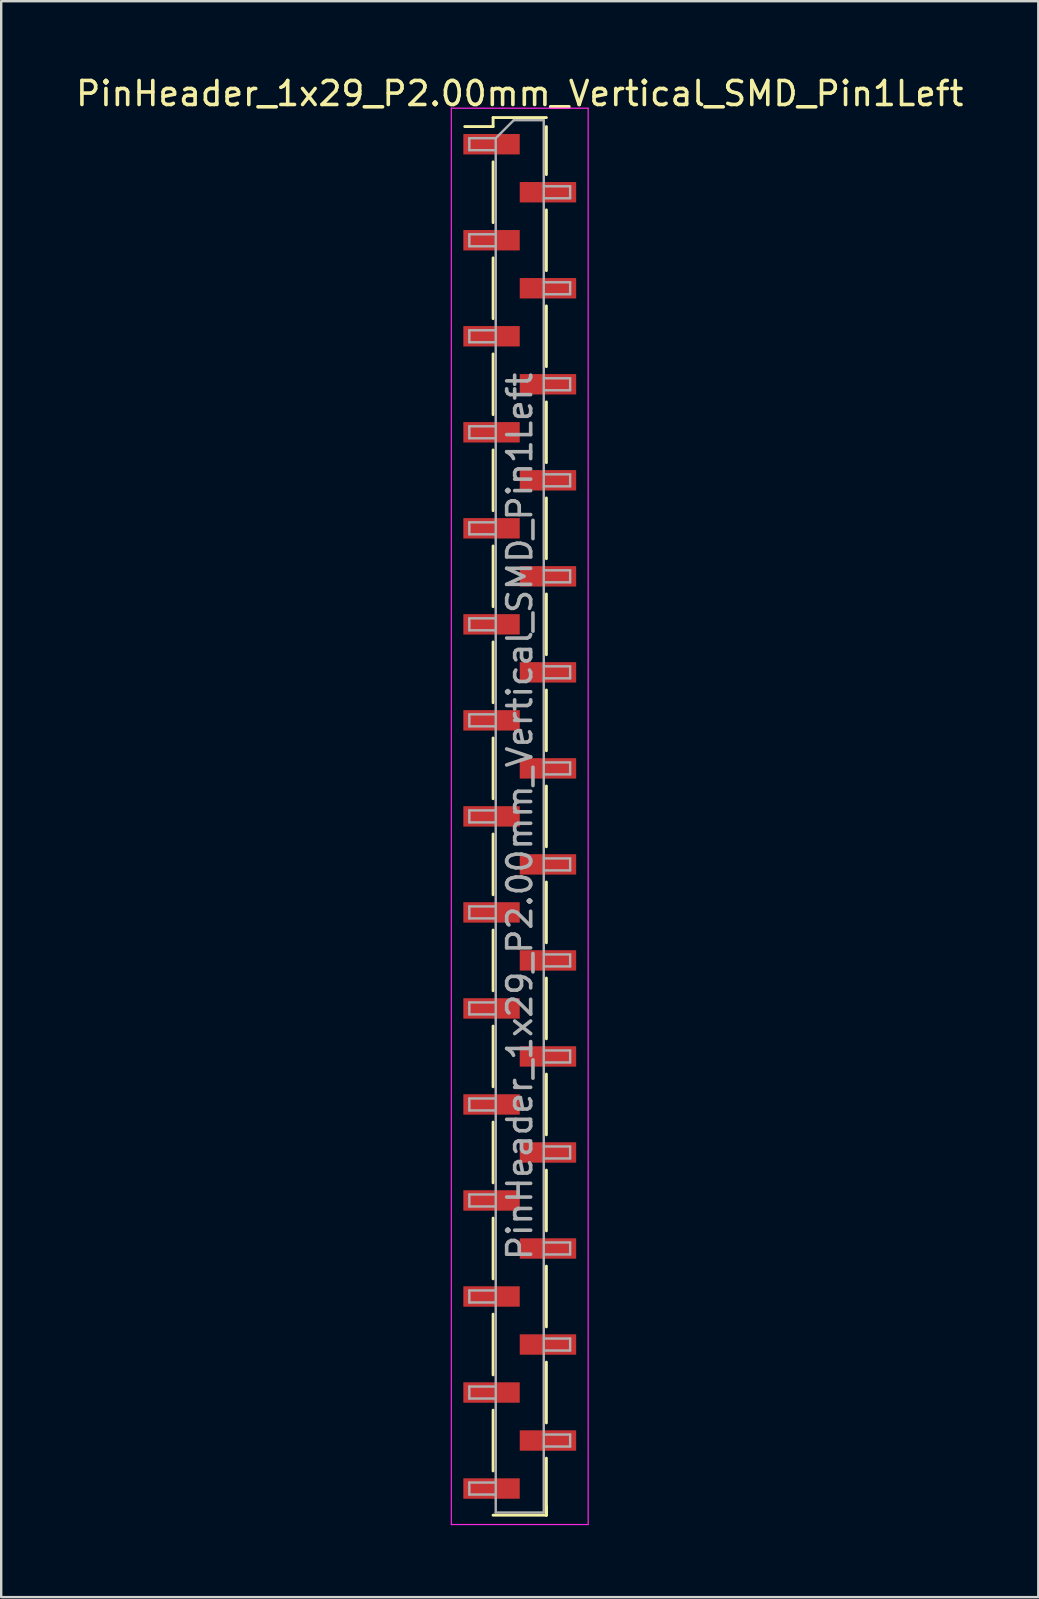
<source format=kicad_pcb>
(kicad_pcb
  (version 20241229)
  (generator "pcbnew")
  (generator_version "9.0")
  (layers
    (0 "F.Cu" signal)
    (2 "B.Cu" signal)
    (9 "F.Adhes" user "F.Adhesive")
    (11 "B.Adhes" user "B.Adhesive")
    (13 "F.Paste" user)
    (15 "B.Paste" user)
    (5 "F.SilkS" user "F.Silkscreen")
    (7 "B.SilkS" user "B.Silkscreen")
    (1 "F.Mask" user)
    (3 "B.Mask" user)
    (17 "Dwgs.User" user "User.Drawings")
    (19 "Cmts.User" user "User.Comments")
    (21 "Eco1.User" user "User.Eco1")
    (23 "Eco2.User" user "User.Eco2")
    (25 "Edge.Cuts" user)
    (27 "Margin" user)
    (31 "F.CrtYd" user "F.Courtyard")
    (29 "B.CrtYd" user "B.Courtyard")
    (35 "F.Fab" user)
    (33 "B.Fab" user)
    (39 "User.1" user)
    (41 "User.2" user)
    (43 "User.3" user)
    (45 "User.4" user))
  (footprint "PinHeader_1x29_P2.00mm_Vertical_SMD_Pin1Left"
    (layer "F.Cu")
    (at 18.601 30.958)
    (property "Reference" "PinHeader_1x29_P2.00mm_Vertical_SMD_Pin1Left" (at 0 -30.11 0) (layer "F.SilkS") (effects (font (size 1 1) (thickness 0.15))))
    (attr smd)
    (fp_line (start -1.11 -29.11) (end -1.11 -28.735) (stroke (width 0.12) (type solid)) (layer "F.SilkS"))
    (fp_line (start -1.11 -29.11) (end 1.11 -29.11) (stroke (width 0.12) (type solid)) (layer "F.SilkS"))
    (fp_line (start -1.11 -28.735) (end -2.29 -28.735) (stroke (width 0.12) (type solid)) (layer "F.SilkS"))
    (fp_line (start -1.11 -27.265) (end -1.11 -24.735) (stroke (width 0.12) (type solid)) (layer "F.SilkS"))
    (fp_line (start -1.11 -23.265) (end -1.11 -20.735) (stroke (width 0.12) (type solid)) (layer "F.SilkS"))
    (fp_line (start -1.11 -19.265) (end -1.11 -16.735) (stroke (width 0.12) (type solid)) (layer "F.SilkS"))
    (fp_line (start -1.11 -15.265) (end -1.11 -12.735) (stroke (width 0.12) (type solid)) (layer "F.SilkS"))
    (fp_line (start -1.11 -11.265) (end -1.11 -8.735) (stroke (width 0.12) (type solid)) (layer "F.SilkS"))
    (fp_line (start -1.11 -7.265) (end -1.11 -4.735) (stroke (width 0.12) (type solid)) (layer "F.SilkS"))
    (fp_line (start -1.11 -3.265) (end -1.11 -0.735) (stroke (width 0.12) (type solid)) (layer "F.SilkS"))
    (fp_line (start -1.11 0.735) (end -1.11 3.265) (stroke (width 0.12) (type solid)) (layer "F.SilkS"))
    (fp_line (start -1.11 4.735) (end -1.11 7.265) (stroke (width 0.12) (type solid)) (layer "F.SilkS"))
    (fp_line (start -1.11 8.735) (end -1.11 11.265) (stroke (width 0.12) (type solid)) (layer "F.SilkS"))
    (fp_line (start -1.11 12.735) (end -1.11 15.265) (stroke (width 0.12) (type solid)) (layer "F.SilkS"))
    (fp_line (start -1.11 16.735) (end -1.11 19.265) (stroke (width 0.12) (type solid)) (layer "F.SilkS"))
    (fp_line (start -1.11 20.735) (end -1.11 23.265) (stroke (width 0.12) (type solid)) (layer "F.SilkS"))
    (fp_line (start -1.11 24.735) (end -1.11 27.265) (stroke (width 0.12) (type solid)) (layer "F.SilkS"))
    (fp_line (start -1.11 29.11) (end 1.11 29.11) (stroke (width 0.12) (type solid)) (layer "F.SilkS"))
    (fp_line (start 1.11 -28.735) (end 1.11 -26.735) (stroke (width 0.12) (type solid)) (layer "F.SilkS"))
    (fp_line (start 1.11 -25.265) (end 1.11 -22.735) (stroke (width 0.12) (type solid)) (layer "F.SilkS"))
    (fp_line (start 1.11 -21.265) (end 1.11 -18.735) (stroke (width 0.12) (type solid)) (layer "F.SilkS"))
    (fp_line (start 1.11 -17.265) (end 1.11 -14.735) (stroke (width 0.12) (type solid)) (layer "F.SilkS"))
    (fp_line (start 1.11 -13.265) (end 1.11 -10.735) (stroke (width 0.12) (type solid)) (layer "F.SilkS"))
    (fp_line (start 1.11 -9.265) (end 1.11 -6.735) (stroke (width 0.12) (type solid)) (layer "F.SilkS"))
    (fp_line (start 1.11 -5.265) (end 1.11 -2.735) (stroke (width 0.12) (type solid)) (layer "F.SilkS"))
    (fp_line (start 1.11 -1.265) (end 1.11 1.265) (stroke (width 0.12) (type solid)) (layer "F.SilkS"))
    (fp_line (start 1.11 2.735) (end 1.11 5.265) (stroke (width 0.12) (type solid)) (layer "F.SilkS"))
    (fp_line (start 1.11 6.735) (end 1.11 9.265) (stroke (width 0.12) (type solid)) (layer "F.SilkS"))
    (fp_line (start 1.11 10.735) (end 1.11 13.265) (stroke (width 0.12) (type solid)) (layer "F.SilkS"))
    (fp_line (start 1.11 14.735) (end 1.11 17.265) (stroke (width 0.12) (type solid)) (layer "F.SilkS"))
    (fp_line (start 1.11 18.735) (end 1.11 21.265) (stroke (width 0.12) (type solid)) (layer "F.SilkS"))
    (fp_line (start 1.11 22.735) (end 1.11 25.265) (stroke (width 0.12) (type solid)) (layer "F.SilkS"))
    (fp_line (start 1.11 26.735) (end 1.11 29.11) (stroke (width 0.12) (type solid)) (layer "F.SilkS"))
    (fp_line (start 1.11 28.735) (end 1.11 29.11) (stroke (width 0.12) (type solid)) (layer "F.SilkS"))
    (fp_line (start -2.85 -29.5) (end -2.85 29.5) (stroke (width 0.05) (type solid)) (layer "F.CrtYd"))
    (fp_line (start -2.85 29.5) (end 2.85 29.5) (stroke (width 0.05) (type solid)) (layer "F.CrtYd"))
    (fp_line (start 2.85 -29.5) (end -2.85 -29.5) (stroke (width 0.05) (type solid)) (layer "F.CrtYd"))
    (fp_line (start 2.85 29.5) (end 2.85 -29.5) (stroke (width 0.05) (type solid)) (layer "F.CrtYd"))
    (fp_line (start -2.1 -28.25) (end -2.1 -27.75) (stroke (width 0.1) (type solid)) (layer "F.Fab"))
    (fp_line (start -2.1 -27.75) (end -1 -27.75) (stroke (width 0.1) (type solid)) (layer "F.Fab"))
    (fp_line (start -2.1 -24.25) (end -2.1 -23.75) (stroke (width 0.1) (type solid)) (layer "F.Fab"))
    (fp_line (start -2.1 -23.75) (end -1 -23.75) (stroke (width 0.1) (type solid)) (layer "F.Fab"))
    (fp_line (start -2.1 -20.25) (end -2.1 -19.75) (stroke (width 0.1) (type solid)) (layer "F.Fab"))
    (fp_line (start -2.1 -19.75) (end -1 -19.75) (stroke (width 0.1) (type solid)) (layer "F.Fab"))
    (fp_line (start -2.1 -16.25) (end -2.1 -15.75) (stroke (width 0.1) (type solid)) (layer "F.Fab"))
    (fp_line (start -2.1 -15.75) (end -1 -15.75) (stroke (width 0.1) (type solid)) (layer "F.Fab"))
    (fp_line (start -2.1 -12.25) (end -2.1 -11.75) (stroke (width 0.1) (type solid)) (layer "F.Fab"))
    (fp_line (start -2.1 -11.75) (end -1 -11.75) (stroke (width 0.1) (type solid)) (layer "F.Fab"))
    (fp_line (start -2.1 -8.25) (end -2.1 -7.75) (stroke (width 0.1) (type solid)) (layer "F.Fab"))
    (fp_line (start -2.1 -7.75) (end -1 -7.75) (stroke (width 0.1) (type solid)) (layer "F.Fab"))
    (fp_line (start -2.1 -4.25) (end -2.1 -3.75) (stroke (width 0.1) (type solid)) (layer "F.Fab"))
    (fp_line (start -2.1 -3.75) (end -1 -3.75) (stroke (width 0.1) (type solid)) (layer "F.Fab"))
    (fp_line (start -2.1 -0.25) (end -2.1 0.25) (stroke (width 0.1) (type solid)) (layer "F.Fab"))
    (fp_line (start -2.1 0.25) (end -1 0.25) (stroke (width 0.1) (type solid)) (layer "F.Fab"))
    (fp_line (start -2.1 3.75) (end -2.1 4.25) (stroke (width 0.1) (type solid)) (layer "F.Fab"))
    (fp_line (start -2.1 4.25) (end -1 4.25) (stroke (width 0.1) (type solid)) (layer "F.Fab"))
    (fp_line (start -2.1 7.75) (end -2.1 8.25) (stroke (width 0.1) (type solid)) (layer "F.Fab"))
    (fp_line (start -2.1 8.25) (end -1 8.25) (stroke (width 0.1) (type solid)) (layer "F.Fab"))
    (fp_line (start -2.1 11.75) (end -2.1 12.25) (stroke (width 0.1) (type solid)) (layer "F.Fab"))
    (fp_line (start -2.1 12.25) (end -1 12.25) (stroke (width 0.1) (type solid)) (layer "F.Fab"))
    (fp_line (start -2.1 15.75) (end -2.1 16.25) (stroke (width 0.1) (type solid)) (layer "F.Fab"))
    (fp_line (start -2.1 16.25) (end -1 16.25) (stroke (width 0.1) (type solid)) (layer "F.Fab"))
    (fp_line (start -2.1 19.75) (end -2.1 20.25) (stroke (width 0.1) (type solid)) (layer "F.Fab"))
    (fp_line (start -2.1 20.25) (end -1 20.25) (stroke (width 0.1) (type solid)) (layer "F.Fab"))
    (fp_line (start -2.1 23.75) (end -2.1 24.25) (stroke (width 0.1) (type solid)) (layer "F.Fab"))
    (fp_line (start -2.1 24.25) (end -1 24.25) (stroke (width 0.1) (type solid)) (layer "F.Fab"))
    (fp_line (start -2.1 27.75) (end -2.1 28.25) (stroke (width 0.1) (type solid)) (layer "F.Fab"))
    (fp_line (start -2.1 28.25) (end -1 28.25) (stroke (width 0.1) (type solid)) (layer "F.Fab"))
    (fp_line (start -1 -28.25) (end -2.1 -28.25) (stroke (width 0.1) (type solid)) (layer "F.Fab"))
    (fp_line (start -1 -28.25) (end -0.25 -29) (stroke (width 0.1) (type solid)) (layer "F.Fab"))
    (fp_line (start -1 -24.25) (end -2.1 -24.25) (stroke (width 0.1) (type solid)) (layer "F.Fab"))
    (fp_line (start -1 -20.25) (end -2.1 -20.25) (stroke (width 0.1) (type solid)) (layer "F.Fab"))
    (fp_line (start -1 -16.25) (end -2.1 -16.25) (stroke (width 0.1) (type solid)) (layer "F.Fab"))
    (fp_line (start -1 -12.25) (end -2.1 -12.25) (stroke (width 0.1) (type solid)) (layer "F.Fab"))
    (fp_line (start -1 -8.25) (end -2.1 -8.25) (stroke (width 0.1) (type solid)) (layer "F.Fab"))
    (fp_line (start -1 -4.25) (end -2.1 -4.25) (stroke (width 0.1) (type solid)) (layer "F.Fab"))
    (fp_line (start -1 -0.25) (end -2.1 -0.25) (stroke (width 0.1) (type solid)) (layer "F.Fab"))
    (fp_line (start -1 3.75) (end -2.1 3.75) (stroke (width 0.1) (type solid)) (layer "F.Fab"))
    (fp_line (start -1 7.75) (end -2.1 7.75) (stroke (width 0.1) (type solid)) (layer "F.Fab"))
    (fp_line (start -1 11.75) (end -2.1 11.75) (stroke (width 0.1) (type solid)) (layer "F.Fab"))
    (fp_line (start -1 15.75) (end -2.1 15.75) (stroke (width 0.1) (type solid)) (layer "F.Fab"))
    (fp_line (start -1 19.75) (end -2.1 19.75) (stroke (width 0.1) (type solid)) (layer "F.Fab"))
    (fp_line (start -1 23.75) (end -2.1 23.75) (stroke (width 0.1) (type solid)) (layer "F.Fab"))
    (fp_line (start -1 27.75) (end -2.1 27.75) (stroke (width 0.1) (type solid)) (layer "F.Fab"))
    (fp_line (start -1 29) (end -1 -28.25) (stroke (width 0.1) (type solid)) (layer "F.Fab"))
    (fp_line (start -0.25 -29) (end 1 -29) (stroke (width 0.1) (type solid)) (layer "F.Fab"))
    (fp_line (start 1 -29) (end 1 29) (stroke (width 0.1) (type solid)) (layer "F.Fab"))
    (fp_line (start 1 -26.25) (end 2.1 -26.25) (stroke (width 0.1) (type solid)) (layer "F.Fab"))
    (fp_line (start 1 -22.25) (end 2.1 -22.25) (stroke (width 0.1) (type solid)) (layer "F.Fab"))
    (fp_line (start 1 -18.25) (end 2.1 -18.25) (stroke (width 0.1) (type solid)) (layer "F.Fab"))
    (fp_line (start 1 -14.25) (end 2.1 -14.25) (stroke (width 0.1) (type solid)) (layer "F.Fab"))
    (fp_line (start 1 -10.25) (end 2.1 -10.25) (stroke (width 0.1) (type solid)) (layer "F.Fab"))
    (fp_line (start 1 -6.25) (end 2.1 -6.25) (stroke (width 0.1) (type solid)) (layer "F.Fab"))
    (fp_line (start 1 -2.25) (end 2.1 -2.25) (stroke (width 0.1) (type solid)) (layer "F.Fab"))
    (fp_line (start 1 1.75) (end 2.1 1.75) (stroke (width 0.1) (type solid)) (layer "F.Fab"))
    (fp_line (start 1 5.75) (end 2.1 5.75) (stroke (width 0.1) (type solid)) (layer "F.Fab"))
    (fp_line (start 1 9.75) (end 2.1 9.75) (stroke (width 0.1) (type solid)) (layer "F.Fab"))
    (fp_line (start 1 13.75) (end 2.1 13.75) (stroke (width 0.1) (type solid)) (layer "F.Fab"))
    (fp_line (start 1 17.75) (end 2.1 17.75) (stroke (width 0.1) (type solid)) (layer "F.Fab"))
    (fp_line (start 1 21.75) (end 2.1 21.75) (stroke (width 0.1) (type solid)) (layer "F.Fab"))
    (fp_line (start 1 25.75) (end 2.1 25.75) (stroke (width 0.1) (type solid)) (layer "F.Fab"))
    (fp_line (start 1 29) (end -1 29) (stroke (width 0.1) (type solid)) (layer "F.Fab"))
    (fp_line (start 2.1 -26.25) (end 2.1 -25.75) (stroke (width 0.1) (type solid)) (layer "F.Fab"))
    (fp_line (start 2.1 -25.75) (end 1 -25.75) (stroke (width 0.1) (type solid)) (layer "F.Fab"))
    (fp_line (start 2.1 -22.25) (end 2.1 -21.75) (stroke (width 0.1) (type solid)) (layer "F.Fab"))
    (fp_line (start 2.1 -21.75) (end 1 -21.75) (stroke (width 0.1) (type solid)) (layer "F.Fab"))
    (fp_line (start 2.1 -18.25) (end 2.1 -17.75) (stroke (width 0.1) (type solid)) (layer "F.Fab"))
    (fp_line (start 2.1 -17.75) (end 1 -17.75) (stroke (width 0.1) (type solid)) (layer "F.Fab"))
    (fp_line (start 2.1 -14.25) (end 2.1 -13.75) (stroke (width 0.1) (type solid)) (layer "F.Fab"))
    (fp_line (start 2.1 -13.75) (end 1 -13.75) (stroke (width 0.1) (type solid)) (layer "F.Fab"))
    (fp_line (start 2.1 -10.25) (end 2.1 -9.75) (stroke (width 0.1) (type solid)) (layer "F.Fab"))
    (fp_line (start 2.1 -9.75) (end 1 -9.75) (stroke (width 0.1) (type solid)) (layer "F.Fab"))
    (fp_line (start 2.1 -6.25) (end 2.1 -5.75) (stroke (width 0.1) (type solid)) (layer "F.Fab"))
    (fp_line (start 2.1 -5.75) (end 1 -5.75) (stroke (width 0.1) (type solid)) (layer "F.Fab"))
    (fp_line (start 2.1 -2.25) (end 2.1 -1.75) (stroke (width 0.1) (type solid)) (layer "F.Fab"))
    (fp_line (start 2.1 -1.75) (end 1 -1.75) (stroke (width 0.1) (type solid)) (layer "F.Fab"))
    (fp_line (start 2.1 1.75) (end 2.1 2.25) (stroke (width 0.1) (type solid)) (layer "F.Fab"))
    (fp_line (start 2.1 2.25) (end 1 2.25) (stroke (width 0.1) (type solid)) (layer "F.Fab"))
    (fp_line (start 2.1 5.75) (end 2.1 6.25) (stroke (width 0.1) (type solid)) (layer "F.Fab"))
    (fp_line (start 2.1 6.25) (end 1 6.25) (stroke (width 0.1) (type solid)) (layer "F.Fab"))
    (fp_line (start 2.1 9.75) (end 2.1 10.25) (stroke (width 0.1) (type solid)) (layer "F.Fab"))
    (fp_line (start 2.1 10.25) (end 1 10.25) (stroke (width 0.1) (type solid)) (layer "F.Fab"))
    (fp_line (start 2.1 13.75) (end 2.1 14.25) (stroke (width 0.1) (type solid)) (layer "F.Fab"))
    (fp_line (start 2.1 14.25) (end 1 14.25) (stroke (width 0.1) (type solid)) (layer "F.Fab"))
    (fp_line (start 2.1 17.75) (end 2.1 18.25) (stroke (width 0.1) (type solid)) (layer "F.Fab"))
    (fp_line (start 2.1 18.25) (end 1 18.25) (stroke (width 0.1) (type solid)) (layer "F.Fab"))
    (fp_line (start 2.1 21.75) (end 2.1 22.25) (stroke (width 0.1) (type solid)) (layer "F.Fab"))
    (fp_line (start 2.1 22.25) (end 1 22.25) (stroke (width 0.1) (type solid)) (layer "F.Fab"))
    (fp_line (start 2.1 25.75) (end 2.1 26.25) (stroke (width 0.1) (type solid)) (layer "F.Fab"))
    (fp_line (start 2.1 26.25) (end 1 26.25) (stroke (width 0.1) (type solid)) (layer "F.Fab"))
    (fp_text user "${REFERENCE}" (at 0 0 90) (layer "F.Fab") (effects (font (size 1 1) (thickness 0.15))))
    (pad "1" smd rect (at -1.175 -28) (size 2.35 0.85) (layers "F.Cu" "F.Mask" "F.Paste"))
    (pad "2" smd rect (at 1.175 -26) (size 2.35 0.85) (layers "F.Cu" "F.Mask" "F.Paste"))
    (pad "3" smd rect (at -1.175 -24) (size 2.35 0.85) (layers "F.Cu" "F.Mask" "F.Paste"))
    (pad "4" smd rect (at 1.175 -22) (size 2.35 0.85) (layers "F.Cu" "F.Mask" "F.Paste"))
    (pad "5" smd rect (at -1.175 -20) (size 2.35 0.85) (layers "F.Cu" "F.Mask" "F.Paste"))
    (pad "6" smd rect (at 1.175 -18) (size 2.35 0.85) (layers "F.Cu" "F.Mask" "F.Paste"))
    (pad "7" smd rect (at -1.175 -16) (size 2.35 0.85) (layers "F.Cu" "F.Mask" "F.Paste"))
    (pad "8" smd rect (at 1.175 -14) (size 2.35 0.85) (layers "F.Cu" "F.Mask" "F.Paste"))
    (pad "9" smd rect (at -1.175 -12) (size 2.35 0.85) (layers "F.Cu" "F.Mask" "F.Paste"))
    (pad "10" smd rect (at 1.175 -10) (size 2.35 0.85) (layers "F.Cu" "F.Mask" "F.Paste"))
    (pad "11" smd rect (at -1.175 -8) (size 2.35 0.85) (layers "F.Cu" "F.Mask" "F.Paste"))
    (pad "12" smd rect (at 1.175 -6) (size 2.35 0.85) (layers "F.Cu" "F.Mask" "F.Paste"))
    (pad "13" smd rect (at -1.175 -4) (size 2.35 0.85) (layers "F.Cu" "F.Mask" "F.Paste"))
    (pad "14" smd rect (at 1.175 -2) (size 2.35 0.85) (layers "F.Cu" "F.Mask" "F.Paste"))
    (pad "15" smd rect (at -1.175 0) (size 2.35 0.85) (layers "F.Cu" "F.Mask" "F.Paste"))
    (pad "16" smd rect (at 1.175 2) (size 2.35 0.85) (layers "F.Cu" "F.Mask" "F.Paste"))
    (pad "17" smd rect (at -1.175 4) (size 2.35 0.85) (layers "F.Cu" "F.Mask" "F.Paste"))
    (pad "18" smd rect (at 1.175 6) (size 2.35 0.85) (layers "F.Cu" "F.Mask" "F.Paste"))
    (pad "19" smd rect (at -1.175 8) (size 2.35 0.85) (layers "F.Cu" "F.Mask" "F.Paste"))
    (pad "20" smd rect (at 1.175 10) (size 2.35 0.85) (layers "F.Cu" "F.Mask" "F.Paste"))
    (pad "21" smd rect (at -1.175 12) (size 2.35 0.85) (layers "F.Cu" "F.Mask" "F.Paste"))
    (pad "22" smd rect (at 1.175 14) (size 2.35 0.85) (layers "F.Cu" "F.Mask" "F.Paste"))
    (pad "23" smd rect (at -1.175 16) (size 2.35 0.85) (layers "F.Cu" "F.Mask" "F.Paste"))
    (pad "24" smd rect (at 1.175 18) (size 2.35 0.85) (layers "F.Cu" "F.Mask" "F.Paste"))
    (pad "25" smd rect (at -1.175 20) (size 2.35 0.85) (layers "F.Cu" "F.Mask" "F.Paste"))
    (pad "26" smd rect (at 1.175 22) (size 2.35 0.85) (layers "F.Cu" "F.Mask" "F.Paste"))
    (pad "27" smd rect (at -1.175 24) (size 2.35 0.85) (layers "F.Cu" "F.Mask" "F.Paste"))
    (pad "28" smd rect (at 1.175 26) (size 2.35 0.85) (layers "F.Cu" "F.Mask" "F.Paste"))
    (pad "29" smd rect (at -1.175 28) (size 2.35 0.85) (layers "F.Cu" "F.Mask" "F.Paste")))
  (gr_rect
    (start -3 -3)
    (end 40.202 63.483)
    (stroke (width 0.1) (type default))
    (fill no)
    (layer "Edge.Cuts")))
</source>
